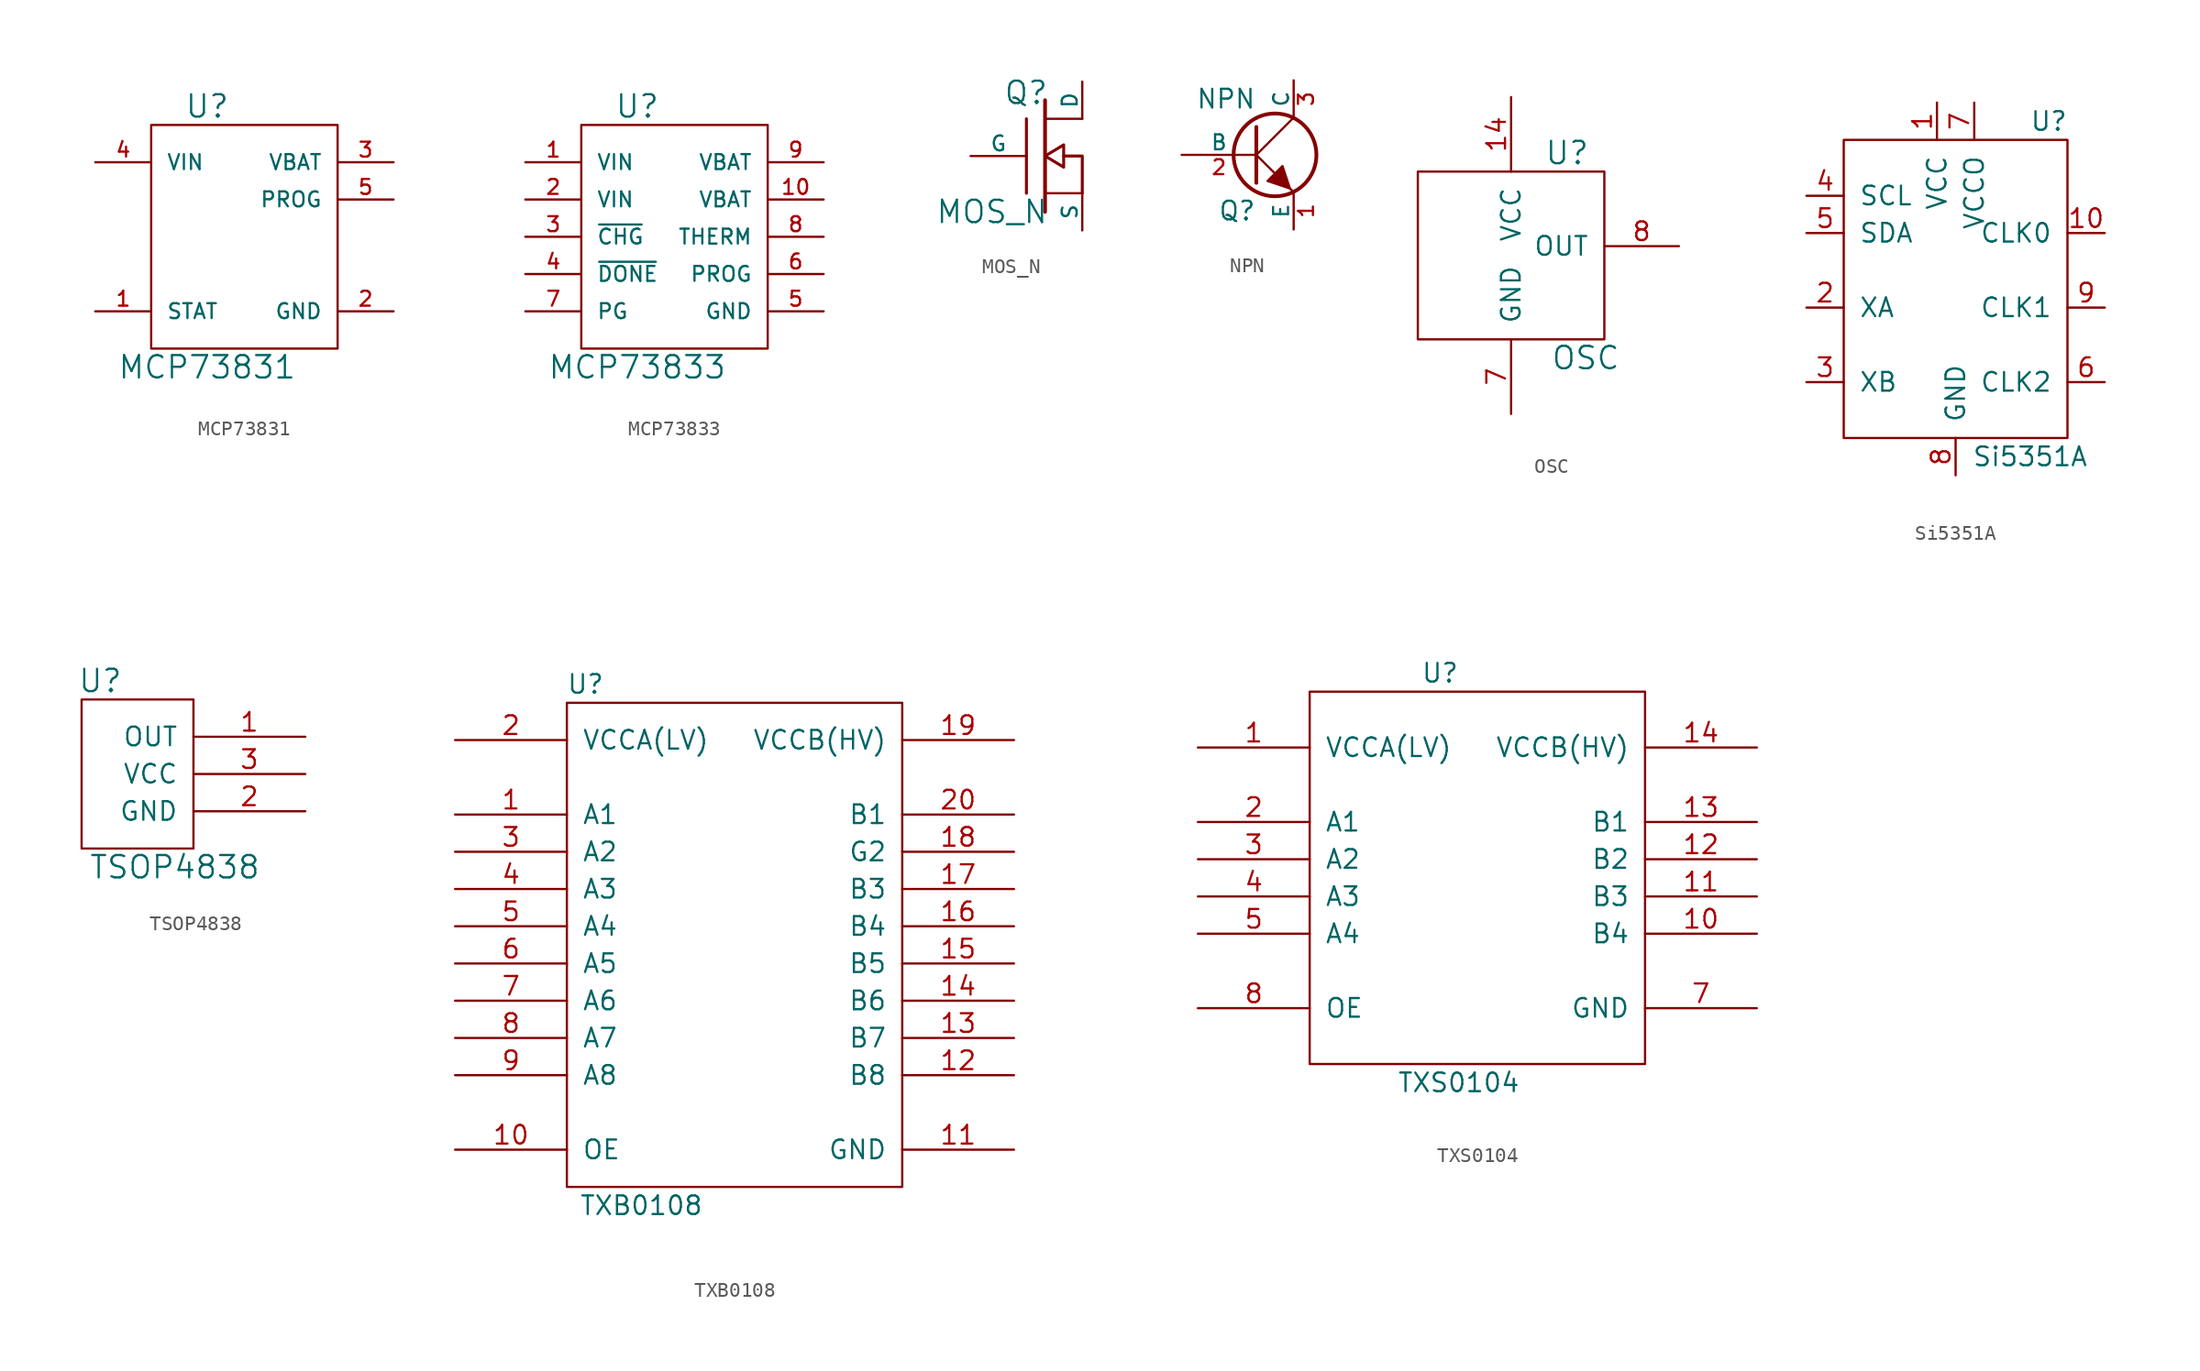
<source format=kicad_sym>
(kicad_symbol_lib
  (version 20220914)
  (generator kicad_symbol_editor)
  (symbol "MCP73831"
    (pin_names
      (offset 1.016))
    (property "Reference" "U"
      (at -2.54 8.89 0)
      (effects (font (size 1.524 1.524))))
    (property "Value" "MCP73831"
      (at -2.54 -8.89 0)
      (effects (font (size 1.524 1.524))))
    (property "Footprint" ""
      (at 0 -7.62 0)
      (effects (font (size 1.524 1.524))))
    (property "Datasheet" ""
      (at 0 -7.62 0)
      (effects (font (size 1.524 1.524))))
    (symbol "MCP73831_0_1"
      (rectangle (start -6.35 -7.62) (end 6.35 7.62) (stroke (width 0) (type default)) (fill (type none))))
    (symbol "MCP73831_1_1"
      (pin output line (at -10.16 -5.08 0) (length 3.81) (name "STAT" (effects (font (size 1.016 1.016)))) (number "1" (effects (font (size 1.016 1.016)))))
      (pin input line (at 10.16 -5.08 180) (length 3.81) (name "GND" (effects (font (size 1.016 1.016)))) (number "2" (effects (font (size 1.016 1.016)))))
      (pin power_in line (at 10.16 5.08 180) (length 3.81) (name "VBAT" (effects (font (size 1.016 1.016)))) (number "3" (effects (font (size 1.016 1.016)))))
      (pin power_in line (at -10.16 5.08 0) (length 3.81) (name "VIN" (effects (font (size 1.016 1.016)))) (number "4" (effects (font (size 1.016 1.016)))))
      (pin input line (at 10.16 2.54 180) (length 3.81) (name "PROG" (effects (font (size 1.016 1.016)))) (number "5" (effects (font (size 1.016 1.016)))))))
  (symbol "MCP73833"
    (pin_names
      (offset 1.016))
    (property "Reference" "U"
      (at -2.54 16.51 0)
      (effects (font (size 1.524 1.524))))
    (property "Value" "MCP73833"
      (at -2.54 -1.27 0)
      (effects (font (size 1.524 1.524))))
    (property "Footprint" ""
      (at 0 0 0)
      (effects (font (size 1.524 1.524))))
    (property "Datasheet" ""
      (at 0 0 0)
      (effects (font (size 1.524 1.524))))
    (symbol "MCP73833_0_1"
      (rectangle (start -6.35 0) (end 6.35 15.24) (stroke (width 0) (type default)) (fill (type none))))
    (symbol "MCP73833_1_1"
      (pin power_in line (at -10.16 12.7 0) (length 3.81) (name "VIN" (effects (font (size 1.016 1.016)))) (number "1" (effects (font (size 1.016 1.016)))))
      (pin power_out line (at 10.16 10.16 180) (length 3.81) (name "VBAT" (effects (font (size 1.016 1.016)))) (number "10" (effects (font (size 1.016 1.016)))))
      (pin power_in line (at -10.16 10.16 0) (length 3.81) (name "VIN" (effects (font (size 1.016 1.016)))) (number "2" (effects (font (size 1.016 1.016)))))
      (pin output line (at -10.16 7.62 0) (length 3.81) (name "~{CHG}" (effects (font (size 1.016 1.016)))) (number "3" (effects (font (size 1.016 1.016)))))
      (pin output line (at -10.16 5.08 0) (length 3.81) (name "~{DONE}" (effects (font (size 1.016 1.016)))) (number "4" (effects (font (size 1.016 1.016)))))
      (pin input line (at 10.16 2.54 180) (length 3.81) (name "GND" (effects (font (size 1.016 1.016)))) (number "5" (effects (font (size 1.016 1.016)))))
      (pin input line (at 10.16 5.08 180) (length 3.81) (name "PROG" (effects (font (size 1.016 1.016)))) (number "6" (effects (font (size 1.016 1.016)))))
      (pin output line (at -10.16 2.54 0) (length 3.81) (name "PG" (effects (font (size 1.016 1.016)))) (number "7" (effects (font (size 1.016 1.016)))))
      (pin input line (at 10.16 7.62 180) (length 3.81) (name "THERM" (effects (font (size 1.016 1.016)))) (number "8" (effects (font (size 1.016 1.016)))))
      (pin power_in line (at 10.16 12.7 180) (length 3.81) (name "VBAT" (effects (font (size 1.016 1.016)))) (number "9" (effects (font (size 1.016 1.016)))))))
  (symbol "MOS_N"
    (pin_numbers hide)
    (pin_names
      (offset 0))
    (property "Reference" "Q"
      (at 0.254 4.318 0)
      (effects (font (size 1.524 1.524)) (justify right)))
    (property "Value" "MOS_N"
      (at 0.254 -3.81 0)
      (effects (font (size 1.524 1.524)) (justify right)))
    (property "Footprint" ""
      (at 0 0 0)
      (effects (font (size 1.524 1.524))))
    (property "Datasheet" ""
      (at 0 0 0)
      (effects (font (size 1.524 1.524))))
    (symbol "MOS_N_0_1"
      (polyline (pts (xy -1.27 -2.54) (xy -1.27 2.54)) (stroke (width 0.203) (type default)) (fill (type none)))
      (polyline (pts (xy 0 -3.81) (xy 0 3.81)) (stroke (width 0.254) (type default)) (fill (type none)))
      (polyline (pts (xy 2.54 -2.54) (xy 0 -2.54)) (stroke (width 0) (type default)) (fill (type none)))
      (polyline (pts (xy 2.54 2.54) (xy 0 2.54)) (stroke (width 0) (type default)) (fill (type none)))
      (polyline (pts (xy 2.54 -2.54) (xy 2.54 0) (xy 1.27 0)) (stroke (width 0.203) (type default)) (fill (type none)))
      (polyline (pts (xy 1.27 0.762) (xy 1.27 -0.762) (xy 0 0) (xy 1.27 0.762) (xy 1.27 0.762)) (stroke (width 0.203) (type default)) (fill (type none))))
    (symbol "MOS_N_1_1"
      (pin passive line (at 2.54 5.08 270) (length 2.54) (name "D" (effects (font (size 1.016 1.016)))) (number "D" (effects (font (size 1.016 1.016)))))
      (pin input line (at -5.08 0 0) (length 3.81) (name "G" (effects (font (size 1.016 1.016)))) (number "G" (effects (font (size 1.016 1.016)))))
      (pin passive line (at 2.54 -5.08 90) (length 2.54) (name "S" (effects (font (size 1.016 1.016)))) (number "S" (effects (font (size 1.016 1.016)))))))
  (symbol "NPN"
    (pin_names
      (offset 0))
    (property "Reference" "Q"
      (at 0 -3.81 0)
      (effects (font (size 1.27 1.27)) (justify right)))
    (property "Value" "NPN"
      (at 0 3.81 0)
      (effects (font (size 1.27 1.27)) (justify right)))
    (property "Footprint" ""
      (at 0 0 0)
      (effects (font (size 1.524 1.524))))
    (property "Datasheet" ""
      (at 0 0 0)
      (effects (font (size 1.524 1.524))))
    (symbol "NPN_0_1"
      (polyline (pts (xy 0 0) (xy 2.54 2.54)) (stroke (width 0) (type default)) (fill (type none)))
      (polyline (pts (xy 0 1.905) (xy 0 -1.905) (xy 0 -1.905)) (stroke (width 0.254) (type default)) (fill (type none)))
      (polyline (pts (xy 1.27 -1.27) (xy 0 0) (xy 0 0)) (stroke (width 0) (type default)) (fill (type none)))
      (polyline (pts (xy 2.286 -2.286) (xy 2.54 -2.54) (xy 2.54 -2.54)) (stroke (width 0) (type default)) (fill (type none)))
      (polyline (pts (xy 2.286 -2.286) (xy 1.778 -0.762) (xy 0.762 -1.778) (xy 2.286 -2.286) (xy 2.286 -2.286)) (stroke (width 0) (type default)) (fill (type outline)))
      (circle (center 1.27 0) (radius 2.819) (stroke (width 0.254) (type default)) (fill (type none))))
    (symbol "NPN_1_1"
      (pin passive line (at 2.54 -5.08 90) (length 2.54) (name "E" (effects (font (size 1.016 1.016)))) (number "1" (effects (font (size 1.016 1.016)))))
      (pin input line (at -5.08 0 0) (length 5.08) (name "B" (effects (font (size 1.016 1.016)))) (number "2" (effects (font (size 1.016 1.016)))))
      (pin passive line (at 2.54 5.08 270) (length 2.54) (name "C" (effects (font (size 1.016 1.016)))) (number "3" (effects (font (size 1.016 1.016)))))))
  (symbol "OSC"
    (pin_names
      (offset 1.016))
    (property "Reference" "U"
      (at 3.81 6.35 0)
      (effects (font (size 1.524 1.524))))
    (property "Value" "OSC"
      (at 5.08 -7.62 0)
      (effects (font (size 1.524 1.524))))
    (property "Footprint" ""
      (at 0 -8.89 0)
      (effects (font (size 1.524 1.524))))
    (property "Datasheet" ""
      (at 0 -8.89 0)
      (effects (font (size 1.524 1.524))))
    (symbol "OSC_0_1"
      (rectangle (start 6.35 -6.35) (end -6.35 5.08) (stroke (width 0) (type default)) (fill (type none))))
    (symbol "OSC_1_1"
      (pin power_in line (at 0 10.16 270) (length 5.08) (name "VCC" (effects (font (size 1.27 1.27)))) (number "14" (effects (font (size 1.27 1.27)))))
      (pin power_in line (at 0 -11.43 90) (length 5.08) (name "GND" (effects (font (size 1.27 1.27)))) (number "7" (effects (font (size 1.27 1.27)))))
      (pin output line (at 11.43 0 180) (length 5.08) (name "OUT" (effects (font (size 1.27 1.27)))) (number "8" (effects (font (size 1.27 1.27)))))))
  (symbol "Si5351A"
    (pin_names
      (offset 1.016))
    (property "Reference" "U"
      (at 6.35 11.43 0)
      (effects (font (size 1.27 1.27))))
    (property "Value" "Si5351A"
      (at 5.08 -11.43 0)
      (effects (font (size 1.27 1.27))))
    (symbol "Si5351A_0_1"
      (rectangle (start -7.62 10.16) (end 7.62 -10.16) (stroke (width 0) (type default)) (fill (type none))))
    (symbol "Si5351A_1_1"
      (pin power_in line (at -1.27 12.7 270) (length 2.54) (name "VCC" (effects (font (size 1.27 1.27)))) (number "1" (effects (font (size 1.27 1.27)))))
      (pin output line (at 10.16 3.81 180) (length 2.54) (name "CLK0" (effects (font (size 1.27 1.27)))) (number "10" (effects (font (size 1.27 1.27)))))
      (pin input line (at -10.16 -1.27 0) (length 2.54) (name "XA" (effects (font (size 1.27 1.27)))) (number "2" (effects (font (size 1.27 1.27)))))
      (pin input line (at -10.16 -6.35 0) (length 2.54) (name "XB" (effects (font (size 1.27 1.27)))) (number "3" (effects (font (size 1.27 1.27)))))
      (pin input line (at -10.16 6.35 0) (length 2.54) (name "SCL" (effects (font (size 1.27 1.27)))) (number "4" (effects (font (size 1.27 1.27)))))
      (pin input line (at -10.16 3.81 0) (length 2.54) (name "SDA" (effects (font (size 1.27 1.27)))) (number "5" (effects (font (size 1.27 1.27)))))
      (pin output line (at 10.16 -6.35 180) (length 2.54) (name "CLK2" (effects (font (size 1.27 1.27)))) (number "6" (effects (font (size 1.27 1.27)))))
      (pin power_in line (at 1.27 12.7 270) (length 2.54) (name "VCCO" (effects (font (size 1.27 1.27)))) (number "7" (effects (font (size 1.27 1.27)))))
      (pin power_in line (at 0 -12.7 90) (length 2.54) (name "GND" (effects (font (size 1.27 1.27)))) (number "8" (effects (font (size 1.27 1.27)))))
      (pin output line (at 10.16 -1.27 180) (length 2.54) (name "CLK1" (effects (font (size 1.27 1.27)))) (number "9" (effects (font (size 1.27 1.27)))))))
  (symbol "TSOP4838"
    (pin_names
      (offset 1.016))
    (property "Reference" "U"
      (at -2.54 6.35 0)
      (effects (font (size 1.524 1.524))))
    (property "Value" "TSOP4838"
      (at 2.54 -6.35 0)
      (effects (font (size 1.524 1.524))))
    (property "Footprint" ""
      (at 2.54 8.89 0)
      (effects (font (size 1.524 1.524))))
    (property "Datasheet" ""
      (at 2.54 8.89 0)
      (effects (font (size 1.524 1.524))))
    (symbol "TSOP4838_0_1"
      (rectangle (start -3.81 5.08) (end 3.81 -5.08) (stroke (width 0) (type default)) (fill (type none))))
    (symbol "TSOP4838_1_1"
      (pin output line (at 11.43 2.54 180) (length 7.62) (name "OUT" (effects (font (size 1.27 1.27)))) (number "1" (effects (font (size 1.27 1.27)))))
      (pin power_in line (at 11.43 -2.54 180) (length 7.62) (name "GND" (effects (font (size 1.27 1.27)))) (number "2" (effects (font (size 1.27 1.27)))))
      (pin power_in line (at 11.43 0 180) (length 7.62) (name "VCC" (effects (font (size 1.27 1.27)))) (number "3" (effects (font (size 1.27 1.27)))))))
  (symbol "TXB0108"
    (pin_names
      (offset 1.016))
    (property "Reference" "U"
      (at -10.16 17.78 0)
      (effects (font (size 1.27 1.27))))
    (property "Value" "TXB0108"
      (at -6.35 -17.78 0)
      (effects (font (size 1.27 1.27))))
    (symbol "TXB0108_1_0"
      (rectangle (start -11.43 -16.51) (end 11.43 16.51) (stroke (width 0) (type default)) (fill (type none))))
    (symbol "TXB0108_1_1"
      (pin bidirectional line (at -19.05 8.89 0) (length 7.62) (name "A1" (effects (font (size 1.27 1.27)))) (number "1" (effects (font (size 1.27 1.27)))))
      (pin input line (at -19.05 -13.97 0) (length 7.62) (name "OE" (effects (font (size 1.27 1.27)))) (number "10" (effects (font (size 1.27 1.27)))))
      (pin passive line (at 19.05 -13.97 180) (length 7.62) (name "GND" (effects (font (size 1.27 1.27)))) (number "11" (effects (font (size 1.27 1.27)))))
      (pin bidirectional line (at 19.05 -8.89 180) (length 7.62) (name "B8" (effects (font (size 1.27 1.27)))) (number "12" (effects (font (size 1.27 1.27)))))
      (pin bidirectional line (at 19.05 -6.35 180) (length 7.62) (name "B7" (effects (font (size 1.27 1.27)))) (number "13" (effects (font (size 1.27 1.27)))))
      (pin bidirectional line (at 19.05 -3.81 180) (length 7.62) (name "B6" (effects (font (size 1.27 1.27)))) (number "14" (effects (font (size 1.27 1.27)))))
      (pin bidirectional line (at 19.05 -1.27 180) (length 7.62) (name "B5" (effects (font (size 1.27 1.27)))) (number "15" (effects (font (size 1.27 1.27)))))
      (pin bidirectional line (at 19.05 1.27 180) (length 7.62) (name "B4" (effects (font (size 1.27 1.27)))) (number "16" (effects (font (size 1.27 1.27)))))
      (pin bidirectional line (at 19.05 3.81 180) (length 7.62) (name "B3" (effects (font (size 1.27 1.27)))) (number "17" (effects (font (size 1.27 1.27)))))
      (pin bidirectional line (at 19.05 6.35 180) (length 7.62) (name "G2" (effects (font (size 1.27 1.27)))) (number "18" (effects (font (size 1.27 1.27)))))
      (pin passive line (at 19.05 13.97 180) (length 7.62) (name "VCCB(HV)" (effects (font (size 1.27 1.27)))) (number "19" (effects (font (size 1.27 1.27)))))
      (pin passive line (at -19.05 13.97 0) (length 7.62) (name "VCCA(LV)" (effects (font (size 1.27 1.27)))) (number "2" (effects (font (size 1.27 1.27)))))
      (pin bidirectional line (at 19.05 8.89 180) (length 7.62) (name "B1" (effects (font (size 1.27 1.27)))) (number "20" (effects (font (size 1.27 1.27)))))
      (pin bidirectional line (at -19.05 6.35 0) (length 7.62) (name "A2" (effects (font (size 1.27 1.27)))) (number "3" (effects (font (size 1.27 1.27)))))
      (pin bidirectional line (at -19.05 3.81 0) (length 7.62) (name "A3" (effects (font (size 1.27 1.27)))) (number "4" (effects (font (size 1.27 1.27)))))
      (pin bidirectional line (at -19.05 1.27 0) (length 7.62) (name "A4" (effects (font (size 1.27 1.27)))) (number "5" (effects (font (size 1.27 1.27)))))
      (pin bidirectional line (at -19.05 -1.27 0) (length 7.62) (name "A5" (effects (font (size 1.27 1.27)))) (number "6" (effects (font (size 1.27 1.27)))))
      (pin bidirectional line (at -19.05 -3.81 0) (length 7.62) (name "A6" (effects (font (size 1.27 1.27)))) (number "7" (effects (font (size 1.27 1.27)))))
      (pin bidirectional line (at -19.05 -6.35 0) (length 7.62) (name "A7" (effects (font (size 1.27 1.27)))) (number "8" (effects (font (size 1.27 1.27)))))
      (pin bidirectional line (at -19.05 -8.89 0) (length 7.62) (name "A8" (effects (font (size 1.27 1.27)))) (number "9" (effects (font (size 1.27 1.27)))))))
  (symbol "TXS0104"
    (pin_names
      (offset 1.016))
    (property "Reference" "U"
      (at -2.54 13.97 0)
      (effects (font (size 1.27 1.27))))
    (property "Value" "TXS0104"
      (at -1.27 -13.97 0)
      (effects (font (size 1.27 1.27))))
    (symbol "TXS0104_1_0"
      (rectangle (start -11.43 -12.7) (end 11.43 12.7) (stroke (width 0) (type default)) (fill (type none))))
    (symbol "TXS0104_1_1"
      (pin passive line (at -19.05 8.89 0) (length 7.62) (name "VCCA(LV)" (effects (font (size 1.27 1.27)))) (number "1" (effects (font (size 1.27 1.27)))))
      (pin bidirectional line (at 19.05 -3.81 180) (length 7.62) (name "B4" (effects (font (size 1.27 1.27)))) (number "10" (effects (font (size 1.27 1.27)))))
      (pin bidirectional line (at 19.05 -1.27 180) (length 7.62) (name "B3" (effects (font (size 1.27 1.27)))) (number "11" (effects (font (size 1.27 1.27)))))
      (pin bidirectional line (at 19.05 1.27 180) (length 7.62) (name "B2" (effects (font (size 1.27 1.27)))) (number "12" (effects (font (size 1.27 1.27)))))
      (pin bidirectional line (at 19.05 3.81 180) (length 7.62) (name "B1" (effects (font (size 1.27 1.27)))) (number "13" (effects (font (size 1.27 1.27)))))
      (pin passive line (at 19.05 8.89 180) (length 7.62) (name "VCCB(HV)" (effects (font (size 1.27 1.27)))) (number "14" (effects (font (size 1.27 1.27)))))
      (pin bidirectional line (at -19.05 3.81 0) (length 7.62) (name "A1" (effects (font (size 1.27 1.27)))) (number "2" (effects (font (size 1.27 1.27)))))
      (pin bidirectional line (at -19.05 1.27 0) (length 7.62) (name "A2" (effects (font (size 1.27 1.27)))) (number "3" (effects (font (size 1.27 1.27)))))
      (pin bidirectional line (at -19.05 -1.27 0) (length 7.62) (name "A3" (effects (font (size 1.27 1.27)))) (number "4" (effects (font (size 1.27 1.27)))))
      (pin bidirectional line (at -19.05 -3.81 0) (length 7.62) (name "A4" (effects (font (size 1.27 1.27)))) (number "5" (effects (font (size 1.27 1.27)))))
      (pin passive line (at 19.05 -8.89 180) (length 7.62) (name "GND" (effects (font (size 1.27 1.27)))) (number "7" (effects (font (size 1.27 1.27)))))
      (pin input line (at -19.05 -8.89 0) (length 7.62) (name "OE" (effects (font (size 1.27 1.27)))) (number "8" (effects (font (size 1.27 1.27))))))))
</source>
